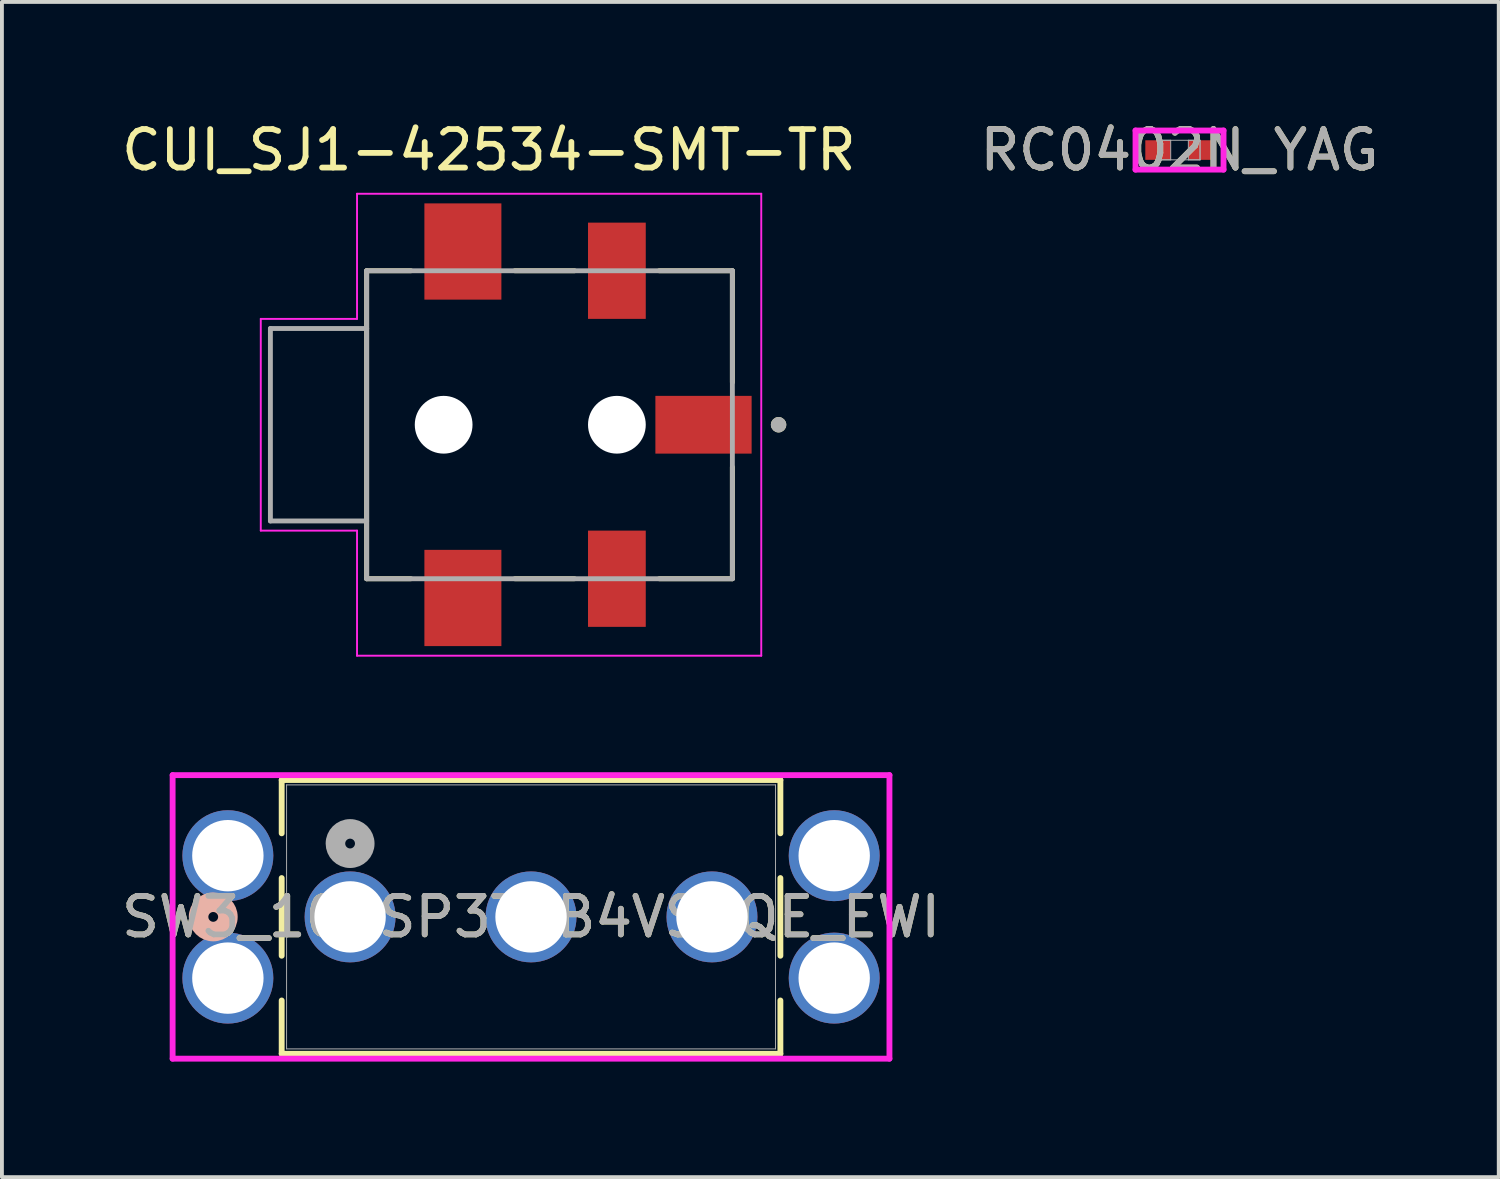
<source format=kicad_pcb>
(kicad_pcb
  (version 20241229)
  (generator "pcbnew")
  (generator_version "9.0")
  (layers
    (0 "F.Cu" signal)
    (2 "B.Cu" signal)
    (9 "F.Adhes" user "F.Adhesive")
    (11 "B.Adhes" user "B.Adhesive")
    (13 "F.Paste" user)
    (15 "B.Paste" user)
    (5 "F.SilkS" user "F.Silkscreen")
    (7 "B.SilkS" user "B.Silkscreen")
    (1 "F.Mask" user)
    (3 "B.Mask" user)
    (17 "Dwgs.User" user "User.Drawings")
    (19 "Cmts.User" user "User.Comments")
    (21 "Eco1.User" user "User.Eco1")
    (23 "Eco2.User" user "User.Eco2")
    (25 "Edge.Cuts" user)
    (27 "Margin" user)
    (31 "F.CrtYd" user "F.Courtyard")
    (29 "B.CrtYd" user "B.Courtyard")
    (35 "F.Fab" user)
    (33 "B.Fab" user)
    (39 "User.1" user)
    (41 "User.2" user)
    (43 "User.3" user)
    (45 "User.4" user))
  (footprint "CUI_SJ1-42534-SMT-TR"
    (layer "F.Cu")
    (at 11.224 7.983)
    (property "Reference" "CUI_SJ1-42534-SMT-TR" (at -1.575 -7.135 0) (layer "F.SilkS") (effects (font (size 1 1) (thickness 0.15))))
    (attr smd)
    (fp_line (start -4.75 -4) (end -4.75 4) (stroke (width 0.127) (type solid)) (layer "F.SilkS"))
    (fp_line (start -4.75 4) (end -3.6 4) (stroke (width 0.127) (type solid)) (layer "F.SilkS"))
    (fp_line (start -3.6 -4) (end -4.75 -4) (stroke (width 0.127) (type solid)) (layer "F.SilkS"))
    (fp_line (start -0.9 -4) (end 0.65 -4) (stroke (width 0.127) (type solid)) (layer "F.SilkS"))
    (fp_line (start -0.9 4) (end 0.65 4) (stroke (width 0.127) (type solid)) (layer "F.SilkS"))
    (fp_line (start 2.85 -4) (end 4.75 -4) (stroke (width 0.127) (type solid)) (layer "F.SilkS"))
    (fp_line (start 2.85 4) (end 4.75 4) (stroke (width 0.127) (type solid)) (layer "F.SilkS"))
    (fp_line (start 4.75 -4) (end 4.75 -1.1) (stroke (width 0.127) (type solid)) (layer "F.SilkS"))
    (fp_line (start 4.75 1.1) (end 4.75 4) (stroke (width 0.127) (type solid)) (layer "F.SilkS"))
    (fp_circle (center 5.95 0) (end 6.05 0) (stroke (width 0.2) (type solid)) (fill no) (layer "F.SilkS"))
    (fp_line (start -7.5 -2.75) (end -5 -2.75) (stroke (width 0.05) (type solid)) (layer "F.CrtYd"))
    (fp_line (start -7.5 2.75) (end -7.5 -2.75) (stroke (width 0.05) (type solid)) (layer "F.CrtYd"))
    (fp_line (start -5 -6) (end 5.5 -6) (stroke (width 0.05) (type solid)) (layer "F.CrtYd"))
    (fp_line (start -5 -2.75) (end -5 -6) (stroke (width 0.05) (type solid)) (layer "F.CrtYd"))
    (fp_line (start -5 2.75) (end -7.5 2.75) (stroke (width 0.05) (type solid)) (layer "F.CrtYd"))
    (fp_line (start -5 6) (end -5 2.75) (stroke (width 0.05) (type solid)) (layer "F.CrtYd"))
    (fp_line (start 5.5 -6) (end 5.5 6) (stroke (width 0.05) (type solid)) (layer "F.CrtYd"))
    (fp_line (start 5.5 6) (end -5 6) (stroke (width 0.05) (type solid)) (layer "F.CrtYd"))
    (fp_line (start -7.25 -2.5) (end -7.25 2.5) (stroke (width 0.127) (type solid)) (layer "F.Fab"))
    (fp_line (start -7.25 2.5) (end -4.75 2.5) (stroke (width 0.127) (type solid)) (layer "F.Fab"))
    (fp_line (start -4.75 -4) (end 4.75 -4) (stroke (width 0.127) (type solid)) (layer "F.Fab"))
    (fp_line (start -4.75 -2.5) (end -7.25 -2.5) (stroke (width 0.127) (type solid)) (layer "F.Fab"))
    (fp_line (start -4.75 -2.5) (end -4.75 -4) (stroke (width 0.127) (type solid)) (layer "F.Fab"))
    (fp_line (start -4.75 2.5) (end -4.75 -2.5) (stroke (width 0.127) (type solid)) (layer "F.Fab"))
    (fp_line (start -4.75 4) (end -4.75 2.5) (stroke (width 0.127) (type solid)) (layer "F.Fab"))
    (fp_line (start 4.75 -4) (end 4.75 4) (stroke (width 0.127) (type solid)) (layer "F.Fab"))
    (fp_line (start 4.75 4) (end -4.75 4) (stroke (width 0.127) (type solid)) (layer "F.Fab"))
    (fp_circle (center 5.95 0) (end 6.05 0) (stroke (width 0.2) (type solid)) (fill no) (layer "F.Fab"))
    (pad "" np_thru_hole circle (at -2.75 0) (size 1.5 1.5) (drill 1.5) (layers "*.Cu" "*.Mask"))
    (pad "" np_thru_hole circle (at 1.75 0) (size 1.5 1.5) (drill 1.5) (layers "*.Cu" "*.Mask"))
    (pad "1" smd rect (at 4 0) (size 2.5 1.5) (layers "F.Cu" "F.Mask" "F.Paste"))
    (pad "2" smd rect (at 1.75 4) (size 1.5 2.5) (layers "F.Cu" "F.Mask" "F.Paste"))
    (pad "3" smd rect (at 1.75 -4) (size 1.5 2.5) (layers "F.Cu" "F.Mask" "F.Paste"))
    (pad "4_1" smd rect (at -2.25 4.5) (size 2 2.5) (layers "F.Cu" "F.Mask" "F.Paste"))
    (pad "4_2" smd rect (at -2.25 -4.5) (size 2 2.5) (layers "F.Cu" "F.Mask" "F.Paste")))
  (footprint "SW3_100SP3T2B4VS2QE_EWI"
    (layer "F.Cu")
    (at 6.044 20.767)
    (property "Reference" "SW3_100SP3T2B4VS2QE_EWI" (at 4.7 0 0) (unlocked yes) (layer "F.SilkS") (effects (font (size 1 1) (thickness 0.15))))
    (attr through_hole)
    (fp_line (start -1.777 -3.556) (end -1.777 -2.171) (stroke (width 0.152) (type solid)) (layer "F.SilkS"))
    (fp_line (start -1.777 -1.009) (end -1.777 1.009) (stroke (width 0.152) (type solid)) (layer "F.SilkS"))
    (fp_line (start -1.777 2.171) (end -1.777 3.556) (stroke (width 0.152) (type solid)) (layer "F.SilkS"))
    (fp_line (start -1.777 3.556) (end 11.177 3.556) (stroke (width 0.152) (type solid)) (layer "F.SilkS"))
    (fp_line (start 11.177 -3.556) (end -1.777 -3.556) (stroke (width 0.152) (type solid)) (layer "F.SilkS"))
    (fp_line (start 11.177 -2.171) (end 11.177 -3.556) (stroke (width 0.152) (type solid)) (layer "F.SilkS"))
    (fp_line (start 11.177 1.009) (end 11.177 -1.009) (stroke (width 0.152) (type solid)) (layer "F.SilkS"))
    (fp_line (start 11.177 3.556) (end 11.177 2.171) (stroke (width 0.152) (type solid)) (layer "F.SilkS"))
    (fp_circle (center -3.555 0) (end -3.174 0) (stroke (width 0.508) (type solid)) (fill no) (layer "B.SilkS"))
    (fp_line (start -4.61 -3.683) (end -4.61 3.683) (stroke (width 0.152) (type solid)) (layer "F.CrtYd"))
    (fp_line (start -4.61 3.683) (end 14.01 3.683) (stroke (width 0.152) (type solid)) (layer "F.CrtYd"))
    (fp_line (start 14.01 -3.683) (end -4.61 -3.683) (stroke (width 0.152) (type solid)) (layer "F.CrtYd"))
    (fp_line (start 14.01 3.683) (end 14.01 -3.683) (stroke (width 0.152) (type solid)) (layer "F.CrtYd"))
    (fp_line (start -1.65 -3.429) (end -1.65 3.429) (stroke (width 0.025) (type solid)) (layer "F.Fab"))
    (fp_line (start -1.65 3.429) (end 11.05 3.429) (stroke (width 0.025) (type solid)) (layer "F.Fab"))
    (fp_line (start 11.05 -3.429) (end -1.65 -3.429) (stroke (width 0.025) (type solid)) (layer "F.Fab"))
    (fp_line (start 11.05 3.429) (end 11.05 -3.429) (stroke (width 0.025) (type solid)) (layer "F.Fab"))
    (fp_circle (center 0 -1.905) (end 0.381 -1.905) (stroke (width 0.508) (type solid)) (fill no) (layer "F.Fab"))
    (fp_text user "${REFERENCE}" (at 4.7 0 0) (unlocked yes) (layer "F.Fab") (effects (font (size 1 1) (thickness 0.15))))
    (pad "1" thru_hole circle (at 0 0) (size 2.362 2.362) (drill 1.854) (layers "*.Cu" "*.Mask"))
    (pad "2" thru_hole circle (at 4.7 0) (size 2.362 2.362) (drill 1.854) (layers "*.Cu" "*.Mask"))
    (pad "3" thru_hole circle (at 9.4 0) (size 2.362 2.362) (drill 1.854) (layers "*.Cu" "*.Mask"))
    (pad "4" thru_hole circle (at -3.175 -1.59) (size 2.362 2.362) (drill 1.854) (layers "*.Cu" "*.Mask"))
    (pad "5" thru_hole circle (at 12.575 -1.59) (size 2.362 2.362) (drill 1.854) (layers "*.Cu" "*.Mask"))
    (pad "6" thru_hole circle (at -3.175 1.59) (size 2.362 2.362) (drill 1.854) (layers "*.Cu" "*.Mask"))
    (pad "7" thru_hole circle (at 12.575 1.59) (size 2.362 2.362) (drill 1.854) (layers "*.Cu" "*.Mask")))
  (footprint "RC0402N_YAG"
    (layer "F.Cu")
    (at 27.589 0.848)
    (property "Reference" "RC0402N_YAG" (at 0 0 0) (unlocked yes) (layer "F.SilkS") (effects (font (size 1 1) (thickness 0.15))))
    (attr smd)
    (fp_line (start -1.143 -0.508) (end 1.143 -0.508) (stroke (width 0.152) (type solid)) (layer "F.CrtYd"))
    (fp_line (start -1.143 0.508) (end -1.143 -0.508) (stroke (width 0.152) (type solid)) (layer "F.CrtYd"))
    (fp_line (start 1.143 -0.508) (end 1.143 0.508) (stroke (width 0.152) (type solid)) (layer "F.CrtYd"))
    (fp_line (start 1.143 0.508) (end -1.143 0.508) (stroke (width 0.152) (type solid)) (layer "F.CrtYd"))
    (fp_line (start -0.533 -0.254) (end -0.533 0.254) (stroke (width 0.025) (type solid)) (layer "F.Fab"))
    (fp_line (start -0.533 -0.254) (end -0.533 0.254) (stroke (width 0.025) (type solid)) (layer "F.Fab"))
    (fp_line (start -0.533 0.254) (end -0.229 0.254) (stroke (width 0.025) (type solid)) (layer "F.Fab"))
    (fp_line (start -0.533 0.254) (end 0.533 0.254) (stroke (width 0.025) (type solid)) (layer "F.Fab"))
    (fp_line (start -0.229 -0.254) (end -0.533 -0.254) (stroke (width 0.025) (type solid)) (layer "F.Fab"))
    (fp_line (start -0.229 0.254) (end -0.229 -0.254) (stroke (width 0.025) (type solid)) (layer "F.Fab"))
    (fp_line (start 0.229 -0.254) (end 0.229 0.254) (stroke (width 0.025) (type solid)) (layer "F.Fab"))
    (fp_line (start 0.229 0.254) (end 0.533 0.254) (stroke (width 0.025) (type solid)) (layer "F.Fab"))
    (fp_line (start 0.533 -0.254) (end -0.533 -0.254) (stroke (width 0.025) (type solid)) (layer "F.Fab"))
    (fp_line (start 0.533 -0.254) (end 0.229 -0.254) (stroke (width 0.025) (type solid)) (layer "F.Fab"))
    (fp_line (start 0.533 0.254) (end 0.533 -0.254) (stroke (width 0.025) (type solid)) (layer "F.Fab"))
    (fp_line (start 0.533 0.254) (end 0.533 -0.254) (stroke (width 0.025) (type solid)) (layer "F.Fab"))
    (fp_text user "${REFERENCE}" (at 0 0 0) (unlocked yes) (layer "F.Fab") (effects (font (size 1 1) (thickness 0.15))))
    (pad "1" smd rect (at -0.559 0) (size 0.66 0.508) (layers "F.Cu" "F.Mask" "F.Paste"))
    (pad "2" smd rect (at 0.559 0) (size 0.66 0.508) (layers "F.Cu" "F.Mask" "F.Paste"))
    (zone (net_name "") (layer "F.Cu") (hatch full 0.508) (connect_pads) (min_thickness 0.254) (filled_areas_thickness no) (keepout (tracks not_allowed) (vias not_allowed) (pads allowed) (copperpour not_allowed) (footprints allowed)) (placement (enabled no)) (fill) (polygon (pts (xy 27.411 0.645) (xy 27.767 0.645) (xy 27.767 1.051) (xy 27.411 1.051)))))
  (gr_rect
    (start -3 -3)
    (end 35.881 27.527)
    (stroke (width 0.1) (type default))
    (fill no)
    (layer "Edge.Cuts")))
</source>
